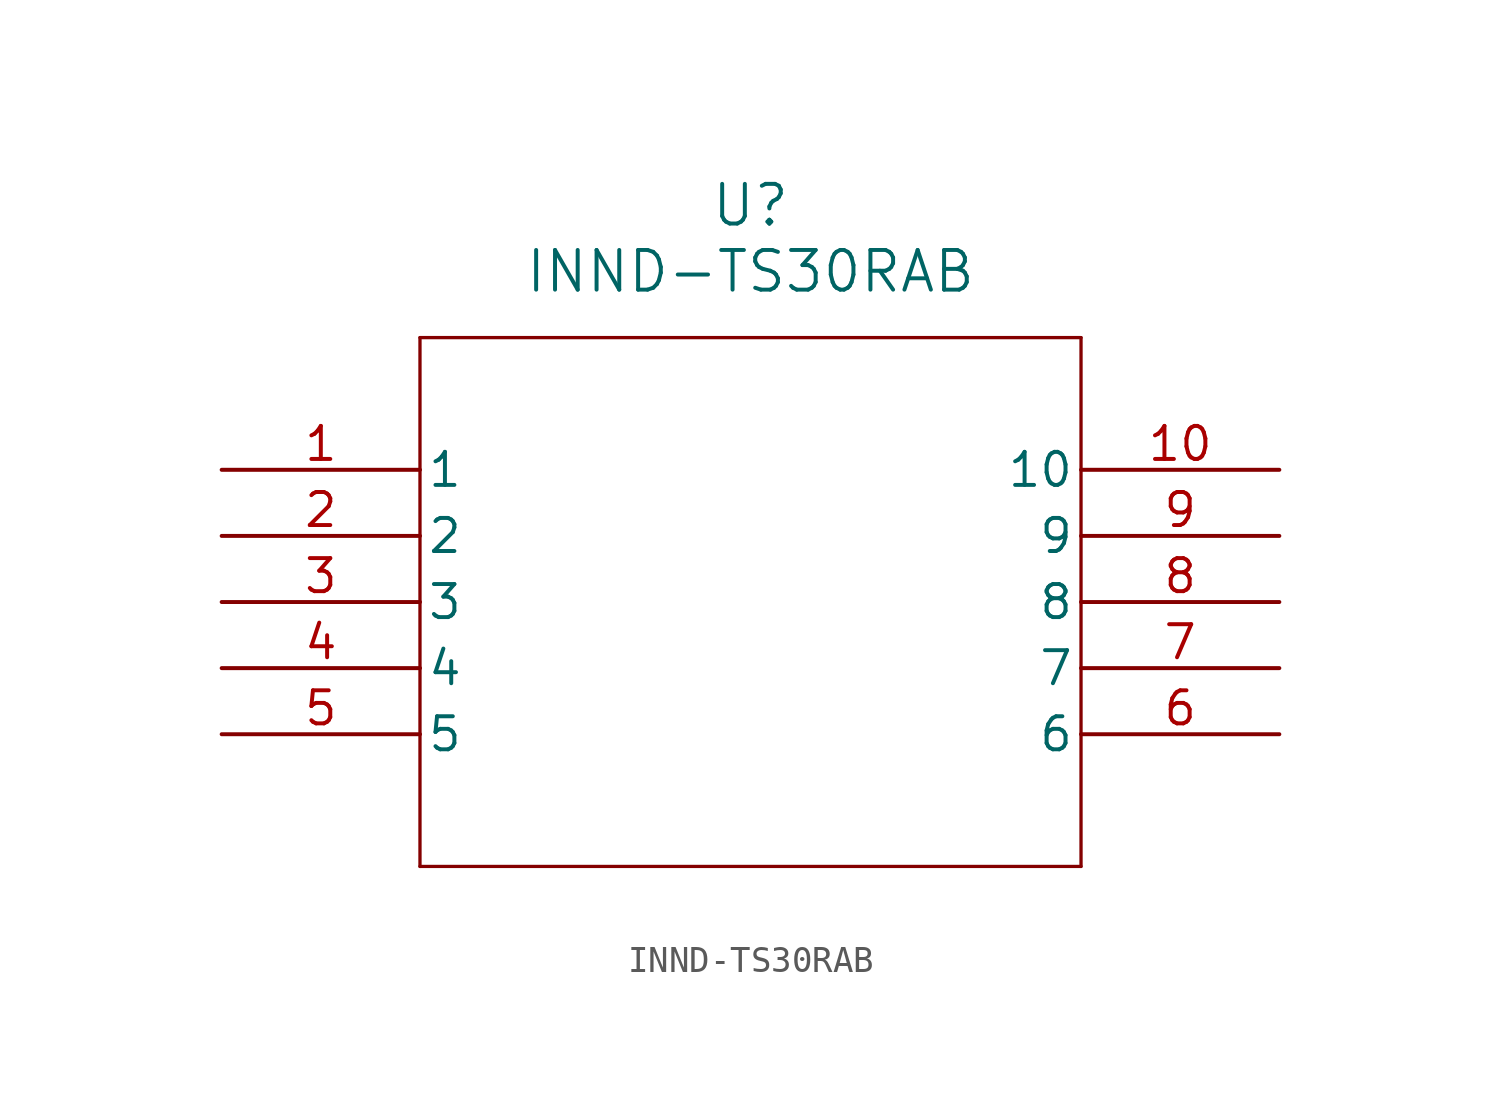
<source format=kicad_sym>
(kicad_symbol_lib
  (version 20211014)
  (generator kicad_symbol_editor)
  (symbol "INND-TS30RAB"
    (pin_names
      (offset 0.254))
    (property "Reference" "U"
      (at 20.32 10.16 0)
      (effects (font (size 1.524 1.524))))
    (property "Value" "INND-TS30RAB"
      (at 20.32 7.62 0)
      (effects (font (size 1.524 1.524))))
    (symbol "INND-TS30RAB_0_1"
      (polyline (pts (xy 7.62 5.08) (xy 7.62 -15.24)) (stroke (width 0.127) (type default) (color 0 0 0 0)) (fill (type none)))
      (polyline (pts (xy 7.62 -15.24) (xy 33.02 -15.24)) (stroke (width 0.127) (type default) (color 0 0 0 0)) (fill (type none)))
      (polyline (pts (xy 33.02 -15.24) (xy 33.02 5.08)) (stroke (width 0.127) (type default) (color 0 0 0 0)) (fill (type none)))
      (polyline (pts (xy 33.02 5.08) (xy 7.62 5.08)) (stroke (width 0.127) (type default) (color 0 0 0 0)) (fill (type none)))
      (pin unspecified line (at 0 0 0) (length 7.62) (name "1" (effects (font (size 1.27 1.27)))) (number "1" (effects (font (size 1.27 1.27)))))
      (pin unspecified line (at 0 -2.54 0) (length 7.62) (name "2" (effects (font (size 1.27 1.27)))) (number "2" (effects (font (size 1.27 1.27)))))
      (pin unspecified line (at 0 -5.08 0) (length 7.62) (name "3" (effects (font (size 1.27 1.27)))) (number "3" (effects (font (size 1.27 1.27)))))
      (pin unspecified line (at 0 -7.62 0) (length 7.62) (name "4" (effects (font (size 1.27 1.27)))) (number "4" (effects (font (size 1.27 1.27)))))
      (pin unspecified line (at 0 -10.16 0) (length 7.62) (name "5" (effects (font (size 1.27 1.27)))) (number "5" (effects (font (size 1.27 1.27)))))
      (pin unspecified line (at 40.64 -10.16 180) (length 7.62) (name "6" (effects (font (size 1.27 1.27)))) (number "6" (effects (font (size 1.27 1.27)))))
      (pin unspecified line (at 40.64 -7.62 180) (length 7.62) (name "7" (effects (font (size 1.27 1.27)))) (number "7" (effects (font (size 1.27 1.27)))))
      (pin unspecified line (at 40.64 -5.08 180) (length 7.62) (name "8" (effects (font (size 1.27 1.27)))) (number "8" (effects (font (size 1.27 1.27)))))
      (pin unspecified line (at 40.64 -2.54 180) (length 7.62) (name "9" (effects (font (size 1.27 1.27)))) (number "9" (effects (font (size 1.27 1.27)))))
      (pin unspecified line (at 40.64 0 180) (length 7.62) (name "10" (effects (font (size 1.27 1.27)))) (number "10" (effects (font (size 1.27 1.27))))))))
</source>
